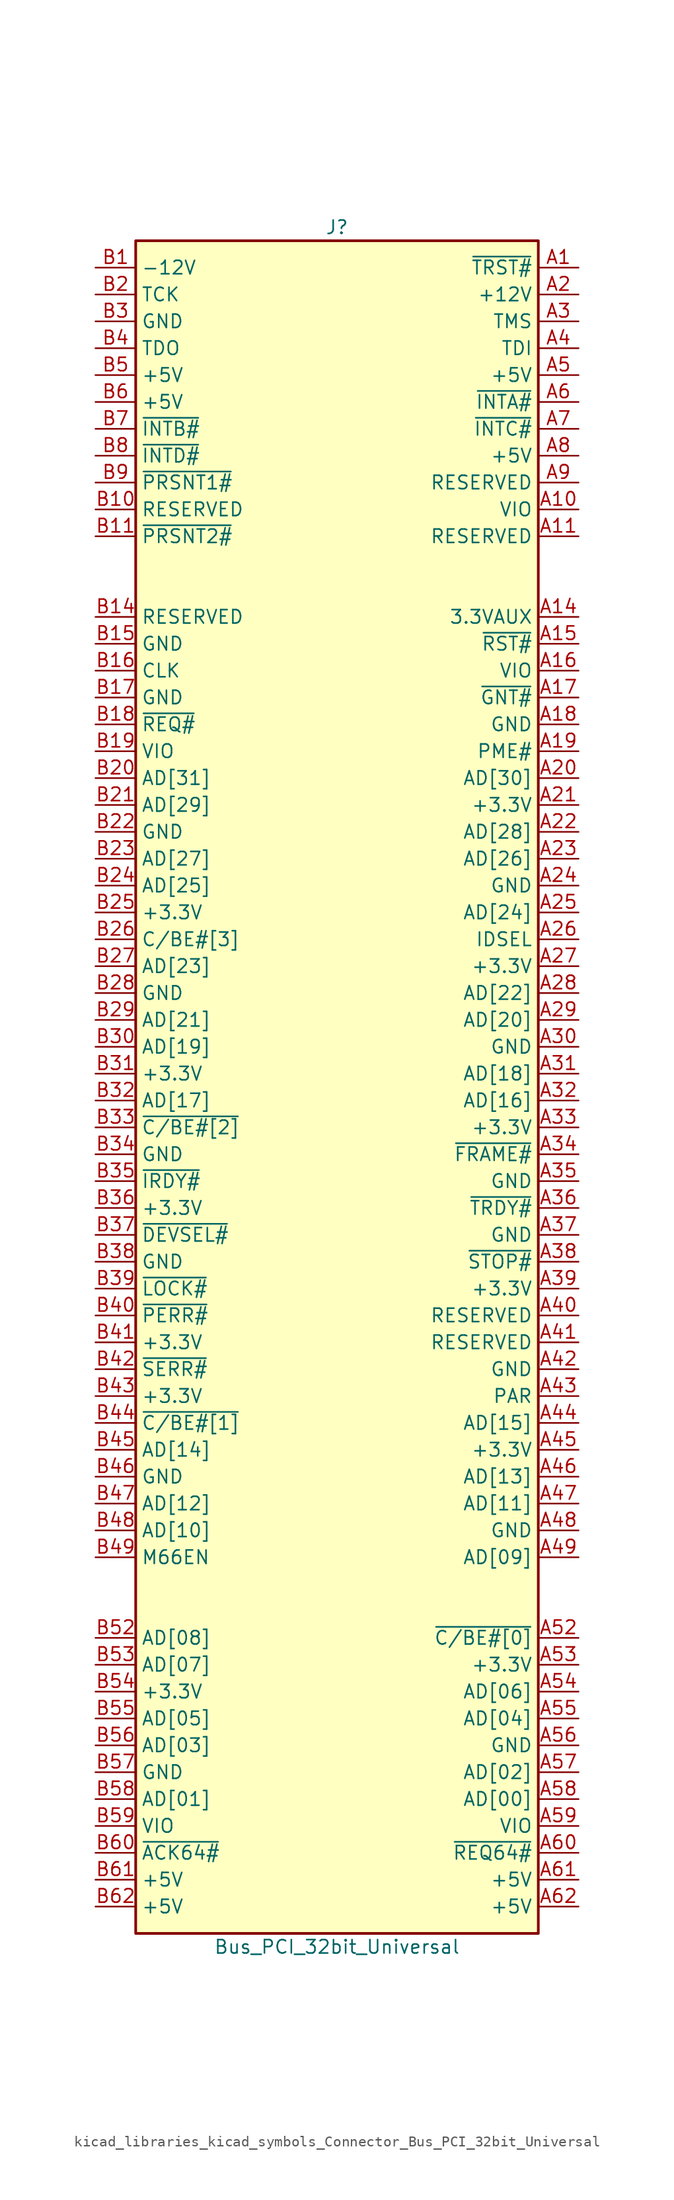
<source format=kicad_sym>
(kicad_symbol_lib
  (version 20220914)
  (generator kicad_symbol_editor)
  (symbol "kicad_libraries_kicad_symbols_Connector_Bus_PCI_32bit_Universal"
    (property "Reference" "J"
      (at 0 80.01 0)
      (effects (font (size 1.27 1.27))))
    (property "Value" "Bus_PCI_32bit_Universal"
      (at 0 -82.55 0)
      (effects (font (size 1.27 1.27))))
    (symbol "kicad_libraries_kicad_symbols_Connector_Bus_PCI_32bit_Universal_0_1"
      (rectangle (start -19.05 78.74) (end 19.05 -81.28) (stroke (width 0.254) (type default)) (fill (type background))))
    (symbol "kicad_libraries_kicad_symbols_Connector_Bus_PCI_32bit_Universal_1_1"
      (pin output line (at 22.86 76.2 180) (length 3.81) (name "~{TRST#}" (effects (font (size 1.27 1.27)))) (number "A1" (effects (font (size 1.27 1.27)))))
      (pin power_in line (at 22.86 53.34 180) (length 3.81) (name "VIO" (effects (font (size 1.27 1.27)))) (number "A10" (effects (font (size 1.27 1.27)))))
      (pin passive line (at 22.86 50.8 180) (length 3.81) (name "RESERVED" (effects (font (size 1.27 1.27)))) (number "A11" (effects (font (size 1.27 1.27)))))
      (pin passive line (at 22.86 43.18 180) (length 3.81) (name "3.3VAUX" (effects (font (size 1.27 1.27)))) (number "A14" (effects (font (size 1.27 1.27)))))
      (pin output line (at 22.86 40.64 180) (length 3.81) (name "~{RST#}" (effects (font (size 1.27 1.27)))) (number "A15" (effects (font (size 1.27 1.27)))))
      (pin power_in line (at 22.86 38.1 180) (length 3.81) (name "VIO" (effects (font (size 1.27 1.27)))) (number "A16" (effects (font (size 1.27 1.27)))))
      (pin bidirectional line (at 22.86 35.56 180) (length 3.81) (name "~{GNT#}" (effects (font (size 1.27 1.27)))) (number "A17" (effects (font (size 1.27 1.27)))))
      (pin power_in line (at 22.86 33.02 180) (length 3.81) (name "GND" (effects (font (size 1.27 1.27)))) (number "A18" (effects (font (size 1.27 1.27)))))
      (pin passive line (at 22.86 30.48 180) (length 3.81) (name "PME#" (effects (font (size 1.27 1.27)))) (number "A19" (effects (font (size 1.27 1.27)))))
      (pin power_in line (at 22.86 73.66 180) (length 3.81) (name "+12V" (effects (font (size 1.27 1.27)))) (number "A2" (effects (font (size 1.27 1.27)))))
      (pin bidirectional line (at 22.86 27.94 180) (length 3.81) (name "AD[30]" (effects (font (size 1.27 1.27)))) (number "A20" (effects (font (size 1.27 1.27)))))
      (pin power_in line (at 22.86 25.4 180) (length 3.81) (name "+3.3V" (effects (font (size 1.27 1.27)))) (number "A21" (effects (font (size 1.27 1.27)))))
      (pin bidirectional line (at 22.86 22.86 180) (length 3.81) (name "AD[28]" (effects (font (size 1.27 1.27)))) (number "A22" (effects (font (size 1.27 1.27)))))
      (pin bidirectional line (at 22.86 20.32 180) (length 3.81) (name "AD[26]" (effects (font (size 1.27 1.27)))) (number "A23" (effects (font (size 1.27 1.27)))))
      (pin power_in line (at 22.86 17.78 180) (length 3.81) (name "GND" (effects (font (size 1.27 1.27)))) (number "A24" (effects (font (size 1.27 1.27)))))
      (pin bidirectional line (at 22.86 15.24 180) (length 3.81) (name "AD[24]" (effects (font (size 1.27 1.27)))) (number "A25" (effects (font (size 1.27 1.27)))))
      (pin output line (at 22.86 12.7 180) (length 3.81) (name "IDSEL" (effects (font (size 1.27 1.27)))) (number "A26" (effects (font (size 1.27 1.27)))))
      (pin power_in line (at 22.86 10.16 180) (length 3.81) (name "+3.3V" (effects (font (size 1.27 1.27)))) (number "A27" (effects (font (size 1.27 1.27)))))
      (pin bidirectional line (at 22.86 7.62 180) (length 3.81) (name "AD[22]" (effects (font (size 1.27 1.27)))) (number "A28" (effects (font (size 1.27 1.27)))))
      (pin bidirectional line (at 22.86 5.08 180) (length 3.81) (name "AD[20]" (effects (font (size 1.27 1.27)))) (number "A29" (effects (font (size 1.27 1.27)))))
      (pin output line (at 22.86 71.12 180) (length 3.81) (name "TMS" (effects (font (size 1.27 1.27)))) (number "A3" (effects (font (size 1.27 1.27)))))
      (pin power_in line (at 22.86 2.54 180) (length 3.81) (name "GND" (effects (font (size 1.27 1.27)))) (number "A30" (effects (font (size 1.27 1.27)))))
      (pin bidirectional line (at 22.86 0 180) (length 3.81) (name "AD[18]" (effects (font (size 1.27 1.27)))) (number "A31" (effects (font (size 1.27 1.27)))))
      (pin bidirectional line (at 22.86 -2.54 180) (length 3.81) (name "AD[16]" (effects (font (size 1.27 1.27)))) (number "A32" (effects (font (size 1.27 1.27)))))
      (pin power_in line (at 22.86 -5.08 180) (length 3.81) (name "+3.3V" (effects (font (size 1.27 1.27)))) (number "A33" (effects (font (size 1.27 1.27)))))
      (pin bidirectional line (at 22.86 -7.62 180) (length 3.81) (name "~{FRAME#}" (effects (font (size 1.27 1.27)))) (number "A34" (effects (font (size 1.27 1.27)))))
      (pin power_in line (at 22.86 -10.16 180) (length 3.81) (name "GND" (effects (font (size 1.27 1.27)))) (number "A35" (effects (font (size 1.27 1.27)))))
      (pin bidirectional line (at 22.86 -12.7 180) (length 3.81) (name "~{TRDY#}" (effects (font (size 1.27 1.27)))) (number "A36" (effects (font (size 1.27 1.27)))))
      (pin power_in line (at 22.86 -15.24 180) (length 3.81) (name "GND" (effects (font (size 1.27 1.27)))) (number "A37" (effects (font (size 1.27 1.27)))))
      (pin bidirectional line (at 22.86 -17.78 180) (length 3.81) (name "~{STOP#}" (effects (font (size 1.27 1.27)))) (number "A38" (effects (font (size 1.27 1.27)))))
      (pin power_in line (at 22.86 -20.32 180) (length 3.81) (name "+3.3V" (effects (font (size 1.27 1.27)))) (number "A39" (effects (font (size 1.27 1.27)))))
      (pin output line (at 22.86 68.58 180) (length 3.81) (name "TDI" (effects (font (size 1.27 1.27)))) (number "A4" (effects (font (size 1.27 1.27)))))
      (pin bidirectional line (at 22.86 -22.86 180) (length 3.81) (name "RESERVED" (effects (font (size 1.27 1.27)))) (number "A40" (effects (font (size 1.27 1.27)))))
      (pin bidirectional line (at 22.86 -25.4 180) (length 3.81) (name "RESERVED" (effects (font (size 1.27 1.27)))) (number "A41" (effects (font (size 1.27 1.27)))))
      (pin power_in line (at 22.86 -27.94 180) (length 3.81) (name "GND" (effects (font (size 1.27 1.27)))) (number "A42" (effects (font (size 1.27 1.27)))))
      (pin bidirectional line (at 22.86 -30.48 180) (length 3.81) (name "PAR" (effects (font (size 1.27 1.27)))) (number "A43" (effects (font (size 1.27 1.27)))))
      (pin bidirectional line (at 22.86 -33.02 180) (length 3.81) (name "AD[15]" (effects (font (size 1.27 1.27)))) (number "A44" (effects (font (size 1.27 1.27)))))
      (pin power_in line (at 22.86 -35.56 180) (length 3.81) (name "+3.3V" (effects (font (size 1.27 1.27)))) (number "A45" (effects (font (size 1.27 1.27)))))
      (pin bidirectional line (at 22.86 -38.1 180) (length 3.81) (name "AD[13]" (effects (font (size 1.27 1.27)))) (number "A46" (effects (font (size 1.27 1.27)))))
      (pin bidirectional line (at 22.86 -40.64 180) (length 3.81) (name "AD[11]" (effects (font (size 1.27 1.27)))) (number "A47" (effects (font (size 1.27 1.27)))))
      (pin power_in line (at 22.86 -43.18 180) (length 3.81) (name "GND" (effects (font (size 1.27 1.27)))) (number "A48" (effects (font (size 1.27 1.27)))))
      (pin bidirectional line (at 22.86 -45.72 180) (length 3.81) (name "AD[09]" (effects (font (size 1.27 1.27)))) (number "A49" (effects (font (size 1.27 1.27)))))
      (pin power_in line (at 22.86 66.04 180) (length 3.81) (name "+5V" (effects (font (size 1.27 1.27)))) (number "A5" (effects (font (size 1.27 1.27)))))
      (pin bidirectional line (at 22.86 -53.34 180) (length 3.81) (name "~{C/BE#[0]}" (effects (font (size 1.27 1.27)))) (number "A52" (effects (font (size 1.27 1.27)))))
      (pin power_in line (at 22.86 -55.88 180) (length 3.81) (name "+3.3V" (effects (font (size 1.27 1.27)))) (number "A53" (effects (font (size 1.27 1.27)))))
      (pin bidirectional line (at 22.86 -58.42 180) (length 3.81) (name "AD[06]" (effects (font (size 1.27 1.27)))) (number "A54" (effects (font (size 1.27 1.27)))))
      (pin bidirectional line (at 22.86 -60.96 180) (length 3.81) (name "AD[04]" (effects (font (size 1.27 1.27)))) (number "A55" (effects (font (size 1.27 1.27)))))
      (pin power_in line (at 22.86 -63.5 180) (length 3.81) (name "GND" (effects (font (size 1.27 1.27)))) (number "A56" (effects (font (size 1.27 1.27)))))
      (pin bidirectional line (at 22.86 -66.04 180) (length 3.81) (name "AD[02]" (effects (font (size 1.27 1.27)))) (number "A57" (effects (font (size 1.27 1.27)))))
      (pin bidirectional line (at 22.86 -68.58 180) (length 3.81) (name "AD[00]" (effects (font (size 1.27 1.27)))) (number "A58" (effects (font (size 1.27 1.27)))))
      (pin power_in line (at 22.86 -71.12 180) (length 3.81) (name "VIO" (effects (font (size 1.27 1.27)))) (number "A59" (effects (font (size 1.27 1.27)))))
      (pin input line (at 22.86 63.5 180) (length 3.81) (name "~{INTA#}" (effects (font (size 1.27 1.27)))) (number "A6" (effects (font (size 1.27 1.27)))))
      (pin bidirectional line (at 22.86 -73.66 180) (length 3.81) (name "~{REQ64#}" (effects (font (size 1.27 1.27)))) (number "A60" (effects (font (size 1.27 1.27)))))
      (pin power_in line (at 22.86 -76.2 180) (length 3.81) (name "+5V" (effects (font (size 1.27 1.27)))) (number "A61" (effects (font (size 1.27 1.27)))))
      (pin power_in line (at 22.86 -78.74 180) (length 3.81) (name "+5V" (effects (font (size 1.27 1.27)))) (number "A62" (effects (font (size 1.27 1.27)))))
      (pin input line (at 22.86 60.96 180) (length 3.81) (name "~{INTC#}" (effects (font (size 1.27 1.27)))) (number "A7" (effects (font (size 1.27 1.27)))))
      (pin power_in line (at 22.86 58.42 180) (length 3.81) (name "+5V" (effects (font (size 1.27 1.27)))) (number "A8" (effects (font (size 1.27 1.27)))))
      (pin passive line (at 22.86 55.88 180) (length 3.81) (name "RESERVED" (effects (font (size 1.27 1.27)))) (number "A9" (effects (font (size 1.27 1.27)))))
      (pin power_in line (at -22.86 76.2 0) (length 3.81) (name "-12V" (effects (font (size 1.27 1.27)))) (number "B1" (effects (font (size 1.27 1.27)))))
      (pin passive line (at -22.86 53.34 0) (length 3.81) (name "RESERVED" (effects (font (size 1.27 1.27)))) (number "B10" (effects (font (size 1.27 1.27)))))
      (pin input line (at -22.86 50.8 0) (length 3.81) (name "~{PRSNT2#}" (effects (font (size 1.27 1.27)))) (number "B11" (effects (font (size 1.27 1.27)))))
      (pin passive line (at -22.86 43.18 0) (length 3.81) (name "RESERVED" (effects (font (size 1.27 1.27)))) (number "B14" (effects (font (size 1.27 1.27)))))
      (pin power_in line (at -22.86 40.64 0) (length 3.81) (name "GND" (effects (font (size 1.27 1.27)))) (number "B15" (effects (font (size 1.27 1.27)))))
      (pin output line (at -22.86 38.1 0) (length 3.81) (name "CLK" (effects (font (size 1.27 1.27)))) (number "B16" (effects (font (size 1.27 1.27)))))
      (pin power_in line (at -22.86 35.56 0) (length 3.81) (name "GND" (effects (font (size 1.27 1.27)))) (number "B17" (effects (font (size 1.27 1.27)))))
      (pin bidirectional line (at -22.86 33.02 0) (length 3.81) (name "~{REQ#}" (effects (font (size 1.27 1.27)))) (number "B18" (effects (font (size 1.27 1.27)))))
      (pin power_in line (at -22.86 30.48 0) (length 3.81) (name "VIO" (effects (font (size 1.27 1.27)))) (number "B19" (effects (font (size 1.27 1.27)))))
      (pin output line (at -22.86 73.66 0) (length 3.81) (name "TCK" (effects (font (size 1.27 1.27)))) (number "B2" (effects (font (size 1.27 1.27)))))
      (pin bidirectional line (at -22.86 27.94 0) (length 3.81) (name "AD[31]" (effects (font (size 1.27 1.27)))) (number "B20" (effects (font (size 1.27 1.27)))))
      (pin bidirectional line (at -22.86 25.4 0) (length 3.81) (name "AD[29]" (effects (font (size 1.27 1.27)))) (number "B21" (effects (font (size 1.27 1.27)))))
      (pin power_in line (at -22.86 22.86 0) (length 3.81) (name "GND" (effects (font (size 1.27 1.27)))) (number "B22" (effects (font (size 1.27 1.27)))))
      (pin bidirectional line (at -22.86 20.32 0) (length 3.81) (name "AD[27]" (effects (font (size 1.27 1.27)))) (number "B23" (effects (font (size 1.27 1.27)))))
      (pin bidirectional line (at -22.86 17.78 0) (length 3.81) (name "AD[25]" (effects (font (size 1.27 1.27)))) (number "B24" (effects (font (size 1.27 1.27)))))
      (pin power_in line (at -22.86 15.24 0) (length 3.81) (name "+3.3V" (effects (font (size 1.27 1.27)))) (number "B25" (effects (font (size 1.27 1.27)))))
      (pin bidirectional line (at -22.86 12.7 0) (length 3.81) (name "C/BE#[3]" (effects (font (size 1.27 1.27)))) (number "B26" (effects (font (size 1.27 1.27)))))
      (pin bidirectional line (at -22.86 10.16 0) (length 3.81) (name "AD[23]" (effects (font (size 1.27 1.27)))) (number "B27" (effects (font (size 1.27 1.27)))))
      (pin power_in line (at -22.86 7.62 0) (length 3.81) (name "GND" (effects (font (size 1.27 1.27)))) (number "B28" (effects (font (size 1.27 1.27)))))
      (pin bidirectional line (at -22.86 5.08 0) (length 3.81) (name "AD[21]" (effects (font (size 1.27 1.27)))) (number "B29" (effects (font (size 1.27 1.27)))))
      (pin power_in line (at -22.86 71.12 0) (length 3.81) (name "GND" (effects (font (size 1.27 1.27)))) (number "B3" (effects (font (size 1.27 1.27)))))
      (pin bidirectional line (at -22.86 2.54 0) (length 3.81) (name "AD[19]" (effects (font (size 1.27 1.27)))) (number "B30" (effects (font (size 1.27 1.27)))))
      (pin power_in line (at -22.86 0 0) (length 3.81) (name "+3.3V" (effects (font (size 1.27 1.27)))) (number "B31" (effects (font (size 1.27 1.27)))))
      (pin bidirectional line (at -22.86 -2.54 0) (length 3.81) (name "AD[17]" (effects (font (size 1.27 1.27)))) (number "B32" (effects (font (size 1.27 1.27)))))
      (pin bidirectional line (at -22.86 -5.08 0) (length 3.81) (name "~{C/BE#[2]}" (effects (font (size 1.27 1.27)))) (number "B33" (effects (font (size 1.27 1.27)))))
      (pin power_in line (at -22.86 -7.62 0) (length 3.81) (name "GND" (effects (font (size 1.27 1.27)))) (number "B34" (effects (font (size 1.27 1.27)))))
      (pin bidirectional line (at -22.86 -10.16 0) (length 3.81) (name "~{IRDY#}" (effects (font (size 1.27 1.27)))) (number "B35" (effects (font (size 1.27 1.27)))))
      (pin power_in line (at -22.86 -12.7 0) (length 3.81) (name "+3.3V" (effects (font (size 1.27 1.27)))) (number "B36" (effects (font (size 1.27 1.27)))))
      (pin bidirectional line (at -22.86 -15.24 0) (length 3.81) (name "~{DEVSEL#}" (effects (font (size 1.27 1.27)))) (number "B37" (effects (font (size 1.27 1.27)))))
      (pin power_in line (at -22.86 -17.78 0) (length 3.81) (name "GND" (effects (font (size 1.27 1.27)))) (number "B38" (effects (font (size 1.27 1.27)))))
      (pin bidirectional line (at -22.86 -20.32 0) (length 3.81) (name "~{LOCK#}" (effects (font (size 1.27 1.27)))) (number "B39" (effects (font (size 1.27 1.27)))))
      (pin input line (at -22.86 68.58 0) (length 3.81) (name "TDO" (effects (font (size 1.27 1.27)))) (number "B4" (effects (font (size 1.27 1.27)))))
      (pin bidirectional line (at -22.86 -22.86 0) (length 3.81) (name "~{PERR#}" (effects (font (size 1.27 1.27)))) (number "B40" (effects (font (size 1.27 1.27)))))
      (pin power_in line (at -22.86 -25.4 0) (length 3.81) (name "+3.3V" (effects (font (size 1.27 1.27)))) (number "B41" (effects (font (size 1.27 1.27)))))
      (pin input line (at -22.86 -27.94 0) (length 3.81) (name "~{SERR#}" (effects (font (size 1.27 1.27)))) (number "B42" (effects (font (size 1.27 1.27)))))
      (pin power_in line (at -22.86 -30.48 0) (length 3.81) (name "+3.3V" (effects (font (size 1.27 1.27)))) (number "B43" (effects (font (size 1.27 1.27)))))
      (pin bidirectional line (at -22.86 -33.02 0) (length 3.81) (name "~{C/BE#[1]}" (effects (font (size 1.27 1.27)))) (number "B44" (effects (font (size 1.27 1.27)))))
      (pin bidirectional line (at -22.86 -35.56 0) (length 3.81) (name "AD[14]" (effects (font (size 1.27 1.27)))) (number "B45" (effects (font (size 1.27 1.27)))))
      (pin power_in line (at -22.86 -38.1 0) (length 3.81) (name "GND" (effects (font (size 1.27 1.27)))) (number "B46" (effects (font (size 1.27 1.27)))))
      (pin bidirectional line (at -22.86 -40.64 0) (length 3.81) (name "AD[12]" (effects (font (size 1.27 1.27)))) (number "B47" (effects (font (size 1.27 1.27)))))
      (pin bidirectional line (at -22.86 -43.18 0) (length 3.81) (name "AD[10]" (effects (font (size 1.27 1.27)))) (number "B48" (effects (font (size 1.27 1.27)))))
      (pin power_in line (at -22.86 -45.72 0) (length 3.81) (name "M66EN" (effects (font (size 1.27 1.27)))) (number "B49" (effects (font (size 1.27 1.27)))))
      (pin power_in line (at -22.86 66.04 0) (length 3.81) (name "+5V" (effects (font (size 1.27 1.27)))) (number "B5" (effects (font (size 1.27 1.27)))))
      (pin bidirectional line (at -22.86 -53.34 0) (length 3.81) (name "AD[08]" (effects (font (size 1.27 1.27)))) (number "B52" (effects (font (size 1.27 1.27)))))
      (pin bidirectional line (at -22.86 -55.88 0) (length 3.81) (name "AD[07]" (effects (font (size 1.27 1.27)))) (number "B53" (effects (font (size 1.27 1.27)))))
      (pin input line (at -22.86 -58.42 0) (length 3.81) (name "+3.3V" (effects (font (size 1.27 1.27)))) (number "B54" (effects (font (size 1.27 1.27)))))
      (pin bidirectional line (at -22.86 -60.96 0) (length 3.81) (name "AD[05]" (effects (font (size 1.27 1.27)))) (number "B55" (effects (font (size 1.27 1.27)))))
      (pin bidirectional line (at -22.86 -63.5 0) (length 3.81) (name "AD[03]" (effects (font (size 1.27 1.27)))) (number "B56" (effects (font (size 1.27 1.27)))))
      (pin power_in line (at -22.86 -66.04 0) (length 3.81) (name "GND" (effects (font (size 1.27 1.27)))) (number "B57" (effects (font (size 1.27 1.27)))))
      (pin bidirectional line (at -22.86 -68.58 0) (length 3.81) (name "AD[01]" (effects (font (size 1.27 1.27)))) (number "B58" (effects (font (size 1.27 1.27)))))
      (pin power_in line (at -22.86 -71.12 0) (length 3.81) (name "VIO" (effects (font (size 1.27 1.27)))) (number "B59" (effects (font (size 1.27 1.27)))))
      (pin power_in line (at -22.86 63.5 0) (length 3.81) (name "+5V" (effects (font (size 1.27 1.27)))) (number "B6" (effects (font (size 1.27 1.27)))))
      (pin bidirectional line (at -22.86 -73.66 0) (length 3.81) (name "~{ACK64#}" (effects (font (size 1.27 1.27)))) (number "B60" (effects (font (size 1.27 1.27)))))
      (pin power_in line (at -22.86 -76.2 0) (length 3.81) (name "+5V" (effects (font (size 1.27 1.27)))) (number "B61" (effects (font (size 1.27 1.27)))))
      (pin power_in line (at -22.86 -78.74 0) (length 3.81) (name "+5V" (effects (font (size 1.27 1.27)))) (number "B62" (effects (font (size 1.27 1.27)))))
      (pin input line (at -22.86 60.96 0) (length 3.81) (name "~{INTB#}" (effects (font (size 1.27 1.27)))) (number "B7" (effects (font (size 1.27 1.27)))))
      (pin input line (at -22.86 58.42 0) (length 3.81) (name "~{INTD#}" (effects (font (size 1.27 1.27)))) (number "B8" (effects (font (size 1.27 1.27)))))
      (pin input line (at -22.86 55.88 0) (length 3.81) (name "~{PRSNT1#}" (effects (font (size 1.27 1.27)))) (number "B9" (effects (font (size 1.27 1.27))))))))
</source>
